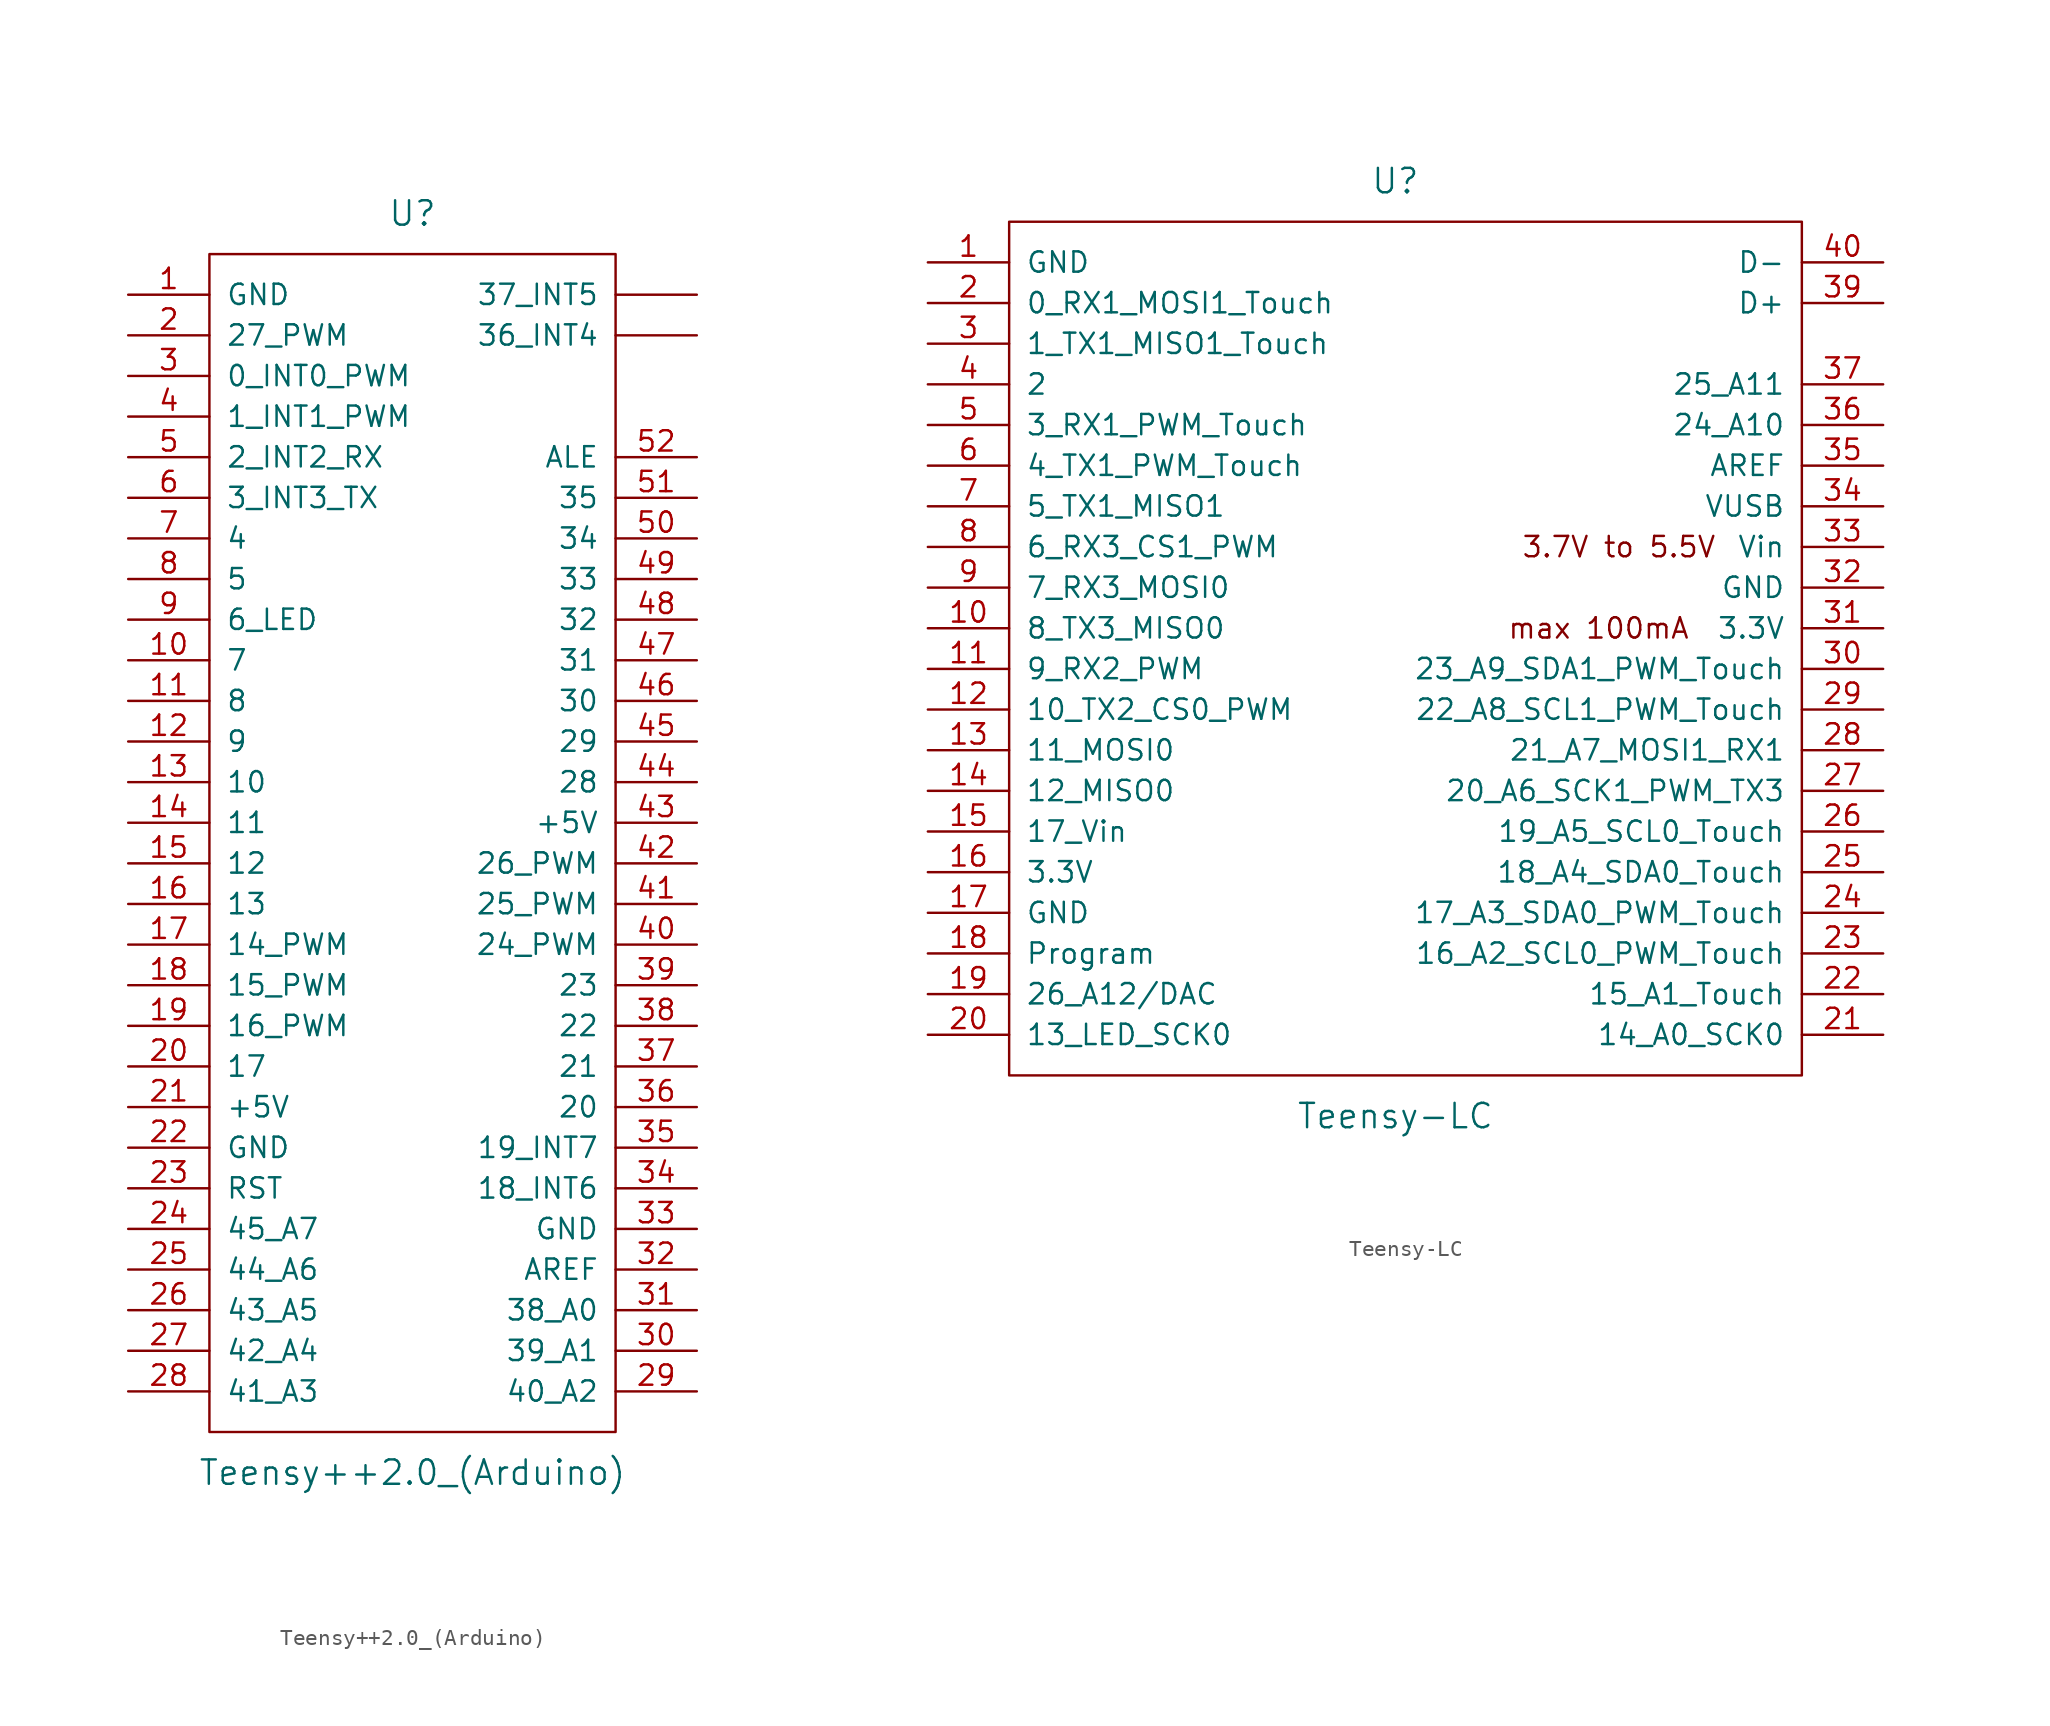
<source format=kicad_sym>
(kicad_symbol_lib
  (version 20231120)
  (generator "kicad_symbol_editor")
  (generator_version "8.0")
  (symbol "Teensy++2.0_(Arduino)"
    (pin_names
      (offset 1.016))
    (property "Reference" "U"
      (at 0 39.37 0)
      (effects (font (size 1.524 1.524))))
    (property "Value" "Teensy++2.0_(Arduino)"
      (at 0 -39.37 0)
      (effects (font (size 1.524 1.524))))
    (property "Footprint" ""
      (at 2.54 -16.51 0)
      (effects (font (size 1.524 1.524))))
    (property "Datasheet" ""
      (at 2.54 -16.51 0)
      (effects (font (size 1.524 1.524))))
    (symbol "Teensy++2.0_(Arduino)_0_1"
      (rectangle (start -12.7 36.83) (end 12.7 -36.83) (stroke (width 0) (type solid)) (fill (type none))))
    (symbol "Teensy++2.0_(Arduino)_1_1"
      (pin power_in line (at -17.78 34.29 0) (length 5.08) (name "GND" (effects (font (size 1.27 1.27)))) (number "1" (effects (font (size 1.27 1.27)))))
      (pin bidirectional line (at -17.78 11.43 0) (length 5.08) (name "7" (effects (font (size 1.27 1.27)))) (number "10" (effects (font (size 1.27 1.27)))))
      (pin bidirectional line (at -17.78 8.89 0) (length 5.08) (name "8" (effects (font (size 1.27 1.27)))) (number "11" (effects (font (size 1.27 1.27)))))
      (pin bidirectional line (at -17.78 6.35 0) (length 5.08) (name "9" (effects (font (size 1.27 1.27)))) (number "12" (effects (font (size 1.27 1.27)))))
      (pin bidirectional line (at -17.78 3.81 0) (length 5.08) (name "10" (effects (font (size 1.27 1.27)))) (number "13" (effects (font (size 1.27 1.27)))))
      (pin bidirectional line (at -17.78 1.27 0) (length 5.08) (name "11" (effects (font (size 1.27 1.27)))) (number "14" (effects (font (size 1.27 1.27)))))
      (pin bidirectional line (at -17.78 -1.27 0) (length 5.08) (name "12" (effects (font (size 1.27 1.27)))) (number "15" (effects (font (size 1.27 1.27)))))
      (pin bidirectional line (at -17.78 -3.81 0) (length 5.08) (name "13" (effects (font (size 1.27 1.27)))) (number "16" (effects (font (size 1.27 1.27)))))
      (pin bidirectional line (at -17.78 -6.35 0) (length 5.08) (name "14_PWM" (effects (font (size 1.27 1.27)))) (number "17" (effects (font (size 1.27 1.27)))))
      (pin bidirectional line (at -17.78 -8.89 0) (length 5.08) (name "15_PWM" (effects (font (size 1.27 1.27)))) (number "18" (effects (font (size 1.27 1.27)))))
      (pin bidirectional line (at -17.78 -11.43 0) (length 5.08) (name "16_PWM" (effects (font (size 1.27 1.27)))) (number "19" (effects (font (size 1.27 1.27)))))
      (pin bidirectional line (at -17.78 31.75 0) (length 5.08) (name "27_PWM" (effects (font (size 1.27 1.27)))) (number "2" (effects (font (size 1.27 1.27)))))
      (pin bidirectional line (at -17.78 -13.97 0) (length 5.08) (name "17" (effects (font (size 1.27 1.27)))) (number "20" (effects (font (size 1.27 1.27)))))
      (pin power_in line (at -17.78 -16.51 0) (length 5.08) (name "+5V" (effects (font (size 1.27 1.27)))) (number "21" (effects (font (size 1.27 1.27)))))
      (pin power_in line (at -17.78 -19.05 0) (length 5.08) (name "GND" (effects (font (size 1.27 1.27)))) (number "22" (effects (font (size 1.27 1.27)))))
      (pin input line (at -17.78 -21.59 0) (length 5.08) (name "RST" (effects (font (size 1.27 1.27)))) (number "23" (effects (font (size 1.27 1.27)))))
      (pin bidirectional line (at -17.78 -24.13 0) (length 5.08) (name "45_A7" (effects (font (size 1.27 1.27)))) (number "24" (effects (font (size 1.27 1.27)))))
      (pin bidirectional line (at -17.78 -26.67 0) (length 5.08) (name "44_A6" (effects (font (size 1.27 1.27)))) (number "25" (effects (font (size 1.27 1.27)))))
      (pin bidirectional line (at -17.78 -29.21 0) (length 5.08) (name "43_A5" (effects (font (size 1.27 1.27)))) (number "26" (effects (font (size 1.27 1.27)))))
      (pin bidirectional line (at -17.78 -31.75 0) (length 5.08) (name "42_A4" (effects (font (size 1.27 1.27)))) (number "27" (effects (font (size 1.27 1.27)))))
      (pin bidirectional line (at -17.78 -34.29 0) (length 5.08) (name "41_A3" (effects (font (size 1.27 1.27)))) (number "28" (effects (font (size 1.27 1.27)))))
      (pin bidirectional line (at 17.78 -34.29 180) (length 5.08) (name "40_A2" (effects (font (size 1.27 1.27)))) (number "29" (effects (font (size 1.27 1.27)))))
      (pin bidirectional line (at -17.78 29.21 0) (length 5.08) (name "0_INT0_PWM" (effects (font (size 1.27 1.27)))) (number "3" (effects (font (size 1.27 1.27)))))
      (pin bidirectional line (at 17.78 -31.75 180) (length 5.08) (name "39_A1" (effects (font (size 1.27 1.27)))) (number "30" (effects (font (size 1.27 1.27)))))
      (pin bidirectional line (at 17.78 -29.21 180) (length 5.08) (name "38_A0" (effects (font (size 1.27 1.27)))) (number "31" (effects (font (size 1.27 1.27)))))
      (pin input line (at 17.78 -26.67 180) (length 5.08) (name "AREF" (effects (font (size 1.27 1.27)))) (number "32" (effects (font (size 1.27 1.27)))))
      (pin power_in line (at 17.78 -24.13 180) (length 5.08) (name "GND" (effects (font (size 1.27 1.27)))) (number "33" (effects (font (size 1.27 1.27)))))
      (pin bidirectional line (at 17.78 -21.59 180) (length 5.08) (name "18_INT6" (effects (font (size 1.27 1.27)))) (number "34" (effects (font (size 1.27 1.27)))))
      (pin bidirectional line (at 17.78 -19.05 180) (length 5.08) (name "19_INT7" (effects (font (size 1.27 1.27)))) (number "35" (effects (font (size 1.27 1.27)))))
      (pin bidirectional line (at 17.78 -16.51 180) (length 5.08) (name "20" (effects (font (size 1.27 1.27)))) (number "36" (effects (font (size 1.27 1.27)))))
      (pin bidirectional line (at 17.78 -13.97 180) (length 5.08) (name "21" (effects (font (size 1.27 1.27)))) (number "37" (effects (font (size 1.27 1.27)))))
      (pin bidirectional line (at 17.78 -11.43 180) (length 5.08) (name "22" (effects (font (size 1.27 1.27)))) (number "38" (effects (font (size 1.27 1.27)))))
      (pin bidirectional line (at 17.78 -8.89 180) (length 5.08) (name "23" (effects (font (size 1.27 1.27)))) (number "39" (effects (font (size 1.27 1.27)))))
      (pin bidirectional line (at -17.78 26.67 0) (length 5.08) (name "1_INT1_PWM" (effects (font (size 1.27 1.27)))) (number "4" (effects (font (size 1.27 1.27)))))
      (pin bidirectional line (at 17.78 -6.35 180) (length 5.08) (name "24_PWM" (effects (font (size 1.27 1.27)))) (number "40" (effects (font (size 1.27 1.27)))))
      (pin bidirectional line (at 17.78 -3.81 180) (length 5.08) (name "25_PWM" (effects (font (size 1.27 1.27)))) (number "41" (effects (font (size 1.27 1.27)))))
      (pin bidirectional line (at 17.78 -1.27 180) (length 5.08) (name "26_PWM" (effects (font (size 1.27 1.27)))) (number "42" (effects (font (size 1.27 1.27)))))
      (pin power_in line (at 17.78 1.27 180) (length 5.08) (name "+5V" (effects (font (size 1.27 1.27)))) (number "43" (effects (font (size 1.27 1.27)))))
      (pin bidirectional line (at 17.78 3.81 180) (length 5.08) (name "28" (effects (font (size 1.27 1.27)))) (number "44" (effects (font (size 1.27 1.27)))))
      (pin bidirectional line (at 17.78 6.35 180) (length 5.08) (name "29" (effects (font (size 1.27 1.27)))) (number "45" (effects (font (size 1.27 1.27)))))
      (pin bidirectional line (at 17.78 8.89 180) (length 5.08) (name "30" (effects (font (size 1.27 1.27)))) (number "46" (effects (font (size 1.27 1.27)))))
      (pin bidirectional line (at 17.78 11.43 180) (length 5.08) (name "31" (effects (font (size 1.27 1.27)))) (number "47" (effects (font (size 1.27 1.27)))))
      (pin bidirectional line (at 17.78 13.97 180) (length 5.08) (name "32" (effects (font (size 1.27 1.27)))) (number "48" (effects (font (size 1.27 1.27)))))
      (pin bidirectional line (at 17.78 16.51 180) (length 5.08) (name "33" (effects (font (size 1.27 1.27)))) (number "49" (effects (font (size 1.27 1.27)))))
      (pin bidirectional line (at -17.78 24.13 0) (length 5.08) (name "2_INT2_RX" (effects (font (size 1.27 1.27)))) (number "5" (effects (font (size 1.27 1.27)))))
      (pin bidirectional line (at 17.78 19.05 180) (length 5.08) (name "34" (effects (font (size 1.27 1.27)))) (number "50" (effects (font (size 1.27 1.27)))))
      (pin bidirectional line (at 17.78 21.59 180) (length 5.08) (name "35" (effects (font (size 1.27 1.27)))) (number "51" (effects (font (size 1.27 1.27)))))
      (pin input line (at 17.78 24.13 180) (length 5.08) (name "ALE" (effects (font (size 1.27 1.27)))) (number "52" (effects (font (size 1.27 1.27)))))
      (pin bidirectional line (at -17.78 21.59 0) (length 5.08) (name "3_INT3_TX" (effects (font (size 1.27 1.27)))) (number "6" (effects (font (size 1.27 1.27)))))
      (pin bidirectional line (at -17.78 19.05 0) (length 5.08) (name "4" (effects (font (size 1.27 1.27)))) (number "7" (effects (font (size 1.27 1.27)))))
      (pin bidirectional line (at -17.78 16.51 0) (length 5.08) (name "5" (effects (font (size 1.27 1.27)))) (number "8" (effects (font (size 1.27 1.27)))))
      (pin bidirectional line (at -17.78 13.97 0) (length 5.08) (name "6_LED" (effects (font (size 1.27 1.27)))) (number "9" (effects (font (size 1.27 1.27)))))
      (pin bidirectional line (at 17.78 31.75 180) (length 5.08) (name "36_INT4" (effects (font (size 1.27 1.27)))) (number "~" (effects (font (size 1.27 1.27)))))
      (pin bidirectional line (at 17.78 34.29 180) (length 5.08) (name "37_INT5" (effects (font (size 1.27 1.27)))) (number "~" (effects (font (size 1.27 1.27)))))))
  (symbol "Teensy-LC"
    (pin_names
      (offset 1.016))
    (property "Reference" "U"
      (at 0 29.21 0)
      (effects (font (size 1.524 1.524))))
    (property "Value" "Teensy-LC"
      (at 0 -29.21 0)
      (effects (font (size 1.524 1.524))))
    (property "Footprint" ""
      (at 0 -13.97 0)
      (effects (font (size 1.524 1.524))))
    (property "Datasheet" ""
      (at 0 -13.97 0)
      (effects (font (size 1.524 1.524))))
    (symbol "Teensy-LC_0_0"
      (text "3.7V to 5.5V" (at 13.97 6.35 0) (effects (font (size 1.27 1.27))))
      (text "max 100mA" (at 12.7 1.27 0) (effects (font (size 1.27 1.27)))))
    (symbol "Teensy-LC_0_1"
      (rectangle (start -24.13 26.67) (end 25.4 -26.67) (stroke (width 0) (type solid)) (fill (type none))))
    (symbol "Teensy-LC_1_1"
      (pin power_in line (at -29.21 24.13 0) (length 5.08) (name "GND" (effects (font (size 1.27 1.27)))) (number "1" (effects (font (size 1.27 1.27)))))
      (pin bidirectional line (at -29.21 1.27 0) (length 5.08) (name "8_TX3_MISO0" (effects (font (size 1.27 1.27)))) (number "10" (effects (font (size 1.27 1.27)))))
      (pin bidirectional line (at -29.21 -1.27 0) (length 5.08) (name "9_RX2_PWM" (effects (font (size 1.27 1.27)))) (number "11" (effects (font (size 1.27 1.27)))))
      (pin bidirectional line (at -29.21 -3.81 0) (length 5.08) (name "10_TX2_CS0_PWM" (effects (font (size 1.27 1.27)))) (number "12" (effects (font (size 1.27 1.27)))))
      (pin bidirectional line (at -29.21 -6.35 0) (length 5.08) (name "11_MOSI0" (effects (font (size 1.27 1.27)))) (number "13" (effects (font (size 1.27 1.27)))))
      (pin bidirectional line (at -29.21 -8.89 0) (length 5.08) (name "12_MISO0" (effects (font (size 1.27 1.27)))) (number "14" (effects (font (size 1.27 1.27)))))
      (pin output line (at -29.21 -11.43 0) (length 5.08) (name "17_Vin" (effects (font (size 1.27 1.27)))) (number "15" (effects (font (size 1.27 1.27)))))
      (pin power_in line (at -29.21 -13.97 0) (length 5.08) (name "3.3V" (effects (font (size 1.27 1.27)))) (number "16" (effects (font (size 1.27 1.27)))))
      (pin power_in line (at -29.21 -16.51 0) (length 5.08) (name "GND" (effects (font (size 1.27 1.27)))) (number "17" (effects (font (size 1.27 1.27)))))
      (pin input line (at -29.21 -19.05 0) (length 5.08) (name "Program" (effects (font (size 1.27 1.27)))) (number "18" (effects (font (size 1.27 1.27)))))
      (pin bidirectional line (at -29.21 -21.59 0) (length 5.08) (name "26_A12/DAC" (effects (font (size 1.27 1.27)))) (number "19" (effects (font (size 1.27 1.27)))))
      (pin bidirectional line (at -29.21 21.59 0) (length 5.08) (name "0_RX1_MOSI1_Touch" (effects (font (size 1.27 1.27)))) (number "2" (effects (font (size 1.27 1.27)))))
      (pin bidirectional line (at -29.21 -24.13 0) (length 5.08) (name "13_LED_SCK0" (effects (font (size 1.27 1.27)))) (number "20" (effects (font (size 1.27 1.27)))))
      (pin bidirectional line (at 30.48 -24.13 180) (length 5.08) (name "14_A0_SCK0" (effects (font (size 1.27 1.27)))) (number "21" (effects (font (size 1.27 1.27)))))
      (pin bidirectional line (at 30.48 -21.59 180) (length 5.08) (name "15_A1_Touch" (effects (font (size 1.27 1.27)))) (number "22" (effects (font (size 1.27 1.27)))))
      (pin bidirectional line (at 30.48 -19.05 180) (length 5.08) (name "16_A2_SCL0_PWM_Touch" (effects (font (size 1.27 1.27)))) (number "23" (effects (font (size 1.27 1.27)))))
      (pin bidirectional line (at 30.48 -16.51 180) (length 5.08) (name "17_A3_SDA0_PWM_Touch" (effects (font (size 1.27 1.27)))) (number "24" (effects (font (size 1.27 1.27)))))
      (pin bidirectional line (at 30.48 -13.97 180) (length 5.08) (name "18_A4_SDA0_Touch" (effects (font (size 1.27 1.27)))) (number "25" (effects (font (size 1.27 1.27)))))
      (pin bidirectional line (at 30.48 -11.43 180) (length 5.08) (name "19_A5_SCL0_Touch" (effects (font (size 1.27 1.27)))) (number "26" (effects (font (size 1.27 1.27)))))
      (pin bidirectional line (at 30.48 -8.89 180) (length 5.08) (name "20_A6_SCK1_PWM_TX3" (effects (font (size 1.27 1.27)))) (number "27" (effects (font (size 1.27 1.27)))))
      (pin bidirectional line (at 30.48 -6.35 180) (length 5.08) (name "21_A7_MOSI1_RX1" (effects (font (size 1.27 1.27)))) (number "28" (effects (font (size 1.27 1.27)))))
      (pin bidirectional line (at 30.48 -3.81 180) (length 5.08) (name "22_A8_SCL1_PWM_Touch" (effects (font (size 1.27 1.27)))) (number "29" (effects (font (size 1.27 1.27)))))
      (pin bidirectional line (at -29.21 19.05 0) (length 5.08) (name "1_TX1_MISO1_Touch" (effects (font (size 1.27 1.27)))) (number "3" (effects (font (size 1.27 1.27)))))
      (pin bidirectional line (at 30.48 -1.27 180) (length 5.08) (name "23_A9_SDA1_PWM_Touch" (effects (font (size 1.27 1.27)))) (number "30" (effects (font (size 1.27 1.27)))))
      (pin power_out line (at 30.48 1.27 180) (length 5.08) (name "3.3V" (effects (font (size 1.27 1.27)))) (number "31" (effects (font (size 1.27 1.27)))))
      (pin power_in line (at 30.48 3.81 180) (length 5.08) (name "GND" (effects (font (size 1.27 1.27)))) (number "32" (effects (font (size 1.27 1.27)))))
      (pin power_in line (at 30.48 6.35 180) (length 5.08) (name "Vin" (effects (font (size 1.27 1.27)))) (number "33" (effects (font (size 1.27 1.27)))))
      (pin power_in line (at 30.48 8.89 180) (length 5.08) (name "VUSB" (effects (font (size 1.27 1.27)))) (number "34" (effects (font (size 1.27 1.27)))))
      (pin input line (at 30.48 11.43 180) (length 5.08) (name "AREF" (effects (font (size 1.27 1.27)))) (number "35" (effects (font (size 1.27 1.27)))))
      (pin bidirectional line (at 30.48 13.97 180) (length 5.08) (name "24_A10" (effects (font (size 1.27 1.27)))) (number "36" (effects (font (size 1.27 1.27)))))
      (pin bidirectional line (at 30.48 16.51 180) (length 5.08) (name "25_A11" (effects (font (size 1.27 1.27)))) (number "37" (effects (font (size 1.27 1.27)))))
      (pin bidirectional line (at 30.48 21.59 180) (length 5.08) (name "D+" (effects (font (size 1.27 1.27)))) (number "39" (effects (font (size 1.27 1.27)))))
      (pin bidirectional line (at -29.21 16.51 0) (length 5.08) (name "2" (effects (font (size 1.27 1.27)))) (number "4" (effects (font (size 1.27 1.27)))))
      (pin bidirectional line (at 30.48 24.13 180) (length 5.08) (name "D-" (effects (font (size 1.27 1.27)))) (number "40" (effects (font (size 1.27 1.27)))))
      (pin bidirectional line (at -29.21 13.97 0) (length 5.08) (name "3_RX1_PWM_Touch" (effects (font (size 1.27 1.27)))) (number "5" (effects (font (size 1.27 1.27)))))
      (pin bidirectional line (at -29.21 11.43 0) (length 5.08) (name "4_TX1_PWM_Touch" (effects (font (size 1.27 1.27)))) (number "6" (effects (font (size 1.27 1.27)))))
      (pin bidirectional line (at -29.21 8.89 0) (length 5.08) (name "5_TX1_MISO1" (effects (font (size 1.27 1.27)))) (number "7" (effects (font (size 1.27 1.27)))))
      (pin bidirectional line (at -29.21 6.35 0) (length 5.08) (name "6_RX3_CS1_PWM" (effects (font (size 1.27 1.27)))) (number "8" (effects (font (size 1.27 1.27)))))
      (pin bidirectional line (at -29.21 3.81 0) (length 5.08) (name "7_RX3_MOSI0" (effects (font (size 1.27 1.27)))) (number "9" (effects (font (size 1.27 1.27))))))))
</source>
